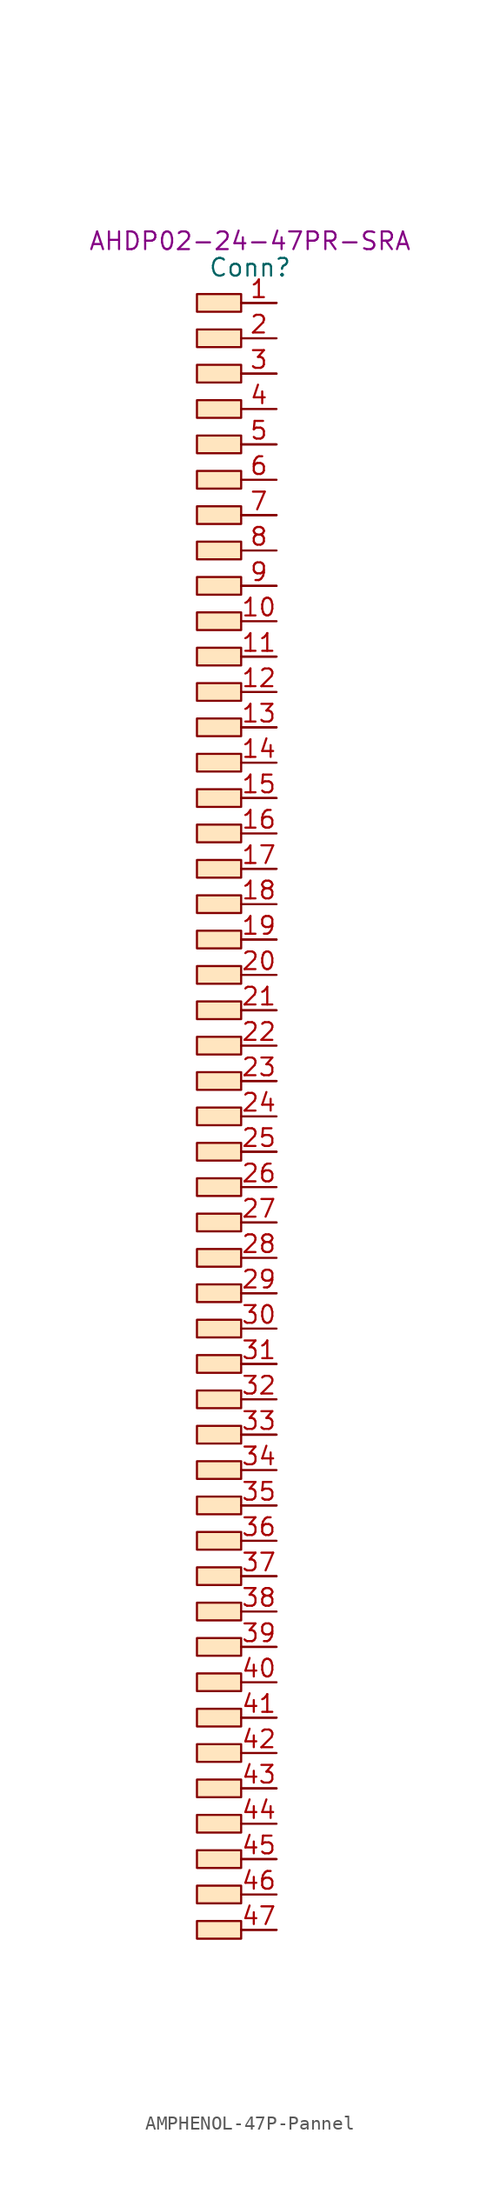
<source format=kicad_sym>
(kicad_symbol_lib
  (version 20220914)
  (generator kicad_symbol_editor)
  (symbol "AMPHENOL-47P-Pannel"
    (property "Reference" "Conn"
      (at 0 -1.905 0)
      (effects (font (size 1.27 1.27))))
    (property "P/N" "AHDP02-24-47PR-SRA"
      (at 0 0 0)
      (effects (font (size 1.27 1.27))))
    (symbol "AMPHENOL-47P-Pannel_0_1"
      (polyline (pts (xy -0.635 -121.285) (xy 1.905 -121.285)) (stroke (width 0) (type default)) (fill (type none)))
      (polyline (pts (xy -0.635 -116.205) (xy 1.905 -116.205)) (stroke (width 0) (type default)) (fill (type none)))
      (polyline (pts (xy -0.635 -111.125) (xy 1.905 -111.125)) (stroke (width 0) (type default)) (fill (type none)))
      (polyline (pts (xy -0.635 -106.045) (xy 1.905 -106.045)) (stroke (width 0) (type default)) (fill (type none)))
      (polyline (pts (xy -0.635 -100.965) (xy 1.905 -100.965)) (stroke (width 0) (type default)) (fill (type none)))
      (polyline (pts (xy -0.635 -95.885) (xy 1.905 -95.885)) (stroke (width 0) (type default)) (fill (type none)))
      (polyline (pts (xy -0.635 -90.805) (xy 1.905 -90.805)) (stroke (width 0) (type default)) (fill (type none)))
      (polyline (pts (xy -0.635 -85.725) (xy 1.905 -85.725)) (stroke (width 0) (type default)) (fill (type none)))
      (polyline (pts (xy -0.635 -80.645) (xy 1.905 -80.645)) (stroke (width 0) (type default)) (fill (type none)))
      (polyline (pts (xy -0.635 -75.565) (xy 1.905 -75.565)) (stroke (width 0) (type default)) (fill (type none)))
      (polyline (pts (xy -0.635 -70.485) (xy 1.905 -70.485)) (stroke (width 0) (type default)) (fill (type none)))
      (polyline (pts (xy -0.635 -65.405) (xy 1.905 -65.405)) (stroke (width 0) (type default)) (fill (type none)))
      (polyline (pts (xy -0.635 -60.325) (xy 1.905 -60.325)) (stroke (width 0) (type default)) (fill (type none)))
      (polyline (pts (xy -0.635 -55.245) (xy 1.905 -55.245)) (stroke (width 0) (type default)) (fill (type none)))
      (polyline (pts (xy -0.635 -50.165) (xy 1.905 -50.165)) (stroke (width 0) (type default)) (fill (type none)))
      (polyline (pts (xy -0.635 -45.085) (xy 1.905 -45.085)) (stroke (width 0) (type default)) (fill (type none)))
      (polyline (pts (xy -0.635 -40.005) (xy 1.905 -40.005)) (stroke (width 0) (type default)) (fill (type none)))
      (polyline (pts (xy -0.635 -34.925) (xy 1.905 -34.925)) (stroke (width 0) (type default)) (fill (type none)))
      (polyline (pts (xy -0.635 -29.845) (xy 1.905 -29.845)) (stroke (width 0) (type default)) (fill (type none)))
      (polyline (pts (xy -0.635 -24.765) (xy 1.905 -24.765)) (stroke (width 0) (type default)) (fill (type none)))
      (polyline (pts (xy -0.635 -19.685) (xy 1.905 -19.685)) (stroke (width 0) (type default)) (fill (type none)))
      (polyline (pts (xy -0.635 -14.605) (xy 1.905 -14.605)) (stroke (width 0) (type default)) (fill (type none)))
      (polyline (pts (xy -0.635 -9.525) (xy 1.905 -9.525)) (stroke (width 0) (type default)) (fill (type none)))
      (polyline (pts (xy -0.635 -4.445) (xy 1.905 -4.445)) (stroke (width 0) (type default)) (fill (type none))))
    (symbol "AMPHENOL-47P-Pannel_1_1"
      (rectangle (start -3.81 -120.65) (end -0.635 -121.92) (stroke (width 0) (type default)) (fill (type color) (color 255 229 191 1)))
      (rectangle (start -3.81 -118.11) (end -0.635 -119.38) (stroke (width 0) (type default)) (fill (type color) (color 255 229 191 1)))
      (rectangle (start -3.81 -115.57) (end -0.635 -116.84) (stroke (width 0) (type default)) (fill (type color) (color 255 229 191 1)))
      (rectangle (start -3.81 -113.03) (end -0.635 -114.3) (stroke (width 0) (type default)) (fill (type color) (color 255 229 191 1)))
      (rectangle (start -3.81 -110.49) (end -0.635 -111.76) (stroke (width 0) (type default)) (fill (type color) (color 255 229 191 1)))
      (rectangle (start -3.81 -107.95) (end -0.635 -109.22) (stroke (width 0) (type default)) (fill (type color) (color 255 229 191 1)))
      (rectangle (start -3.81 -105.41) (end -0.635 -106.68) (stroke (width 0) (type default)) (fill (type color) (color 255 229 191 1)))
      (rectangle (start -3.81 -102.87) (end -0.635 -104.14) (stroke (width 0) (type default)) (fill (type color) (color 255 229 191 1)))
      (rectangle (start -3.81 -100.33) (end -0.635 -101.6) (stroke (width 0) (type default)) (fill (type color) (color 255 229 191 1)))
      (rectangle (start -3.81 -97.79) (end -0.635 -99.06) (stroke (width 0) (type default)) (fill (type color) (color 255 229 191 1)))
      (rectangle (start -3.81 -95.25) (end -0.635 -96.52) (stroke (width 0) (type default)) (fill (type color) (color 255 229 191 1)))
      (rectangle (start -3.81 -92.71) (end -0.635 -93.98) (stroke (width 0) (type default)) (fill (type color) (color 255 229 191 1)))
      (rectangle (start -3.81 -90.17) (end -0.635 -91.44) (stroke (width 0) (type default)) (fill (type color) (color 255 229 191 1)))
      (rectangle (start -3.81 -87.63) (end -0.635 -88.9) (stroke (width 0) (type default)) (fill (type color) (color 255 229 191 1)))
      (rectangle (start -3.81 -85.09) (end -0.635 -86.36) (stroke (width 0) (type default)) (fill (type color) (color 255 229 191 1)))
      (rectangle (start -3.81 -82.55) (end -0.635 -83.82) (stroke (width 0) (type default)) (fill (type color) (color 255 229 191 1)))
      (rectangle (start -3.81 -80.01) (end -0.635 -81.28) (stroke (width 0) (type default)) (fill (type color) (color 255 229 191 1)))
      (rectangle (start -3.81 -77.47) (end -0.635 -78.74) (stroke (width 0) (type default)) (fill (type color) (color 255 229 191 1)))
      (rectangle (start -3.81 -74.93) (end -0.635 -76.2) (stroke (width 0) (type default)) (fill (type color) (color 255 229 191 1)))
      (rectangle (start -3.81 -72.39) (end -0.635 -73.66) (stroke (width 0) (type default)) (fill (type color) (color 255 229 191 1)))
      (rectangle (start -3.81 -69.85) (end -0.635 -71.12) (stroke (width 0) (type default)) (fill (type color) (color 255 229 191 1)))
      (rectangle (start -3.81 -67.31) (end -0.635 -68.58) (stroke (width 0) (type default)) (fill (type color) (color 255 229 191 1)))
      (rectangle (start -3.81 -64.77) (end -0.635 -66.04) (stroke (width 0) (type default)) (fill (type color) (color 255 229 191 1)))
      (rectangle (start -3.81 -62.23) (end -0.635 -63.5) (stroke (width 0) (type default)) (fill (type color) (color 255 229 191 1)))
      (rectangle (start -3.81 -59.69) (end -0.635 -60.96) (stroke (width 0) (type default)) (fill (type color) (color 255 229 191 1)))
      (rectangle (start -3.81 -57.15) (end -0.635 -58.42) (stroke (width 0) (type default)) (fill (type color) (color 255 229 191 1)))
      (rectangle (start -3.81 -54.61) (end -0.635 -55.88) (stroke (width 0) (type default)) (fill (type color) (color 255 229 191 1)))
      (rectangle (start -3.81 -52.07) (end -0.635 -53.34) (stroke (width 0) (type default)) (fill (type color) (color 255 229 191 1)))
      (rectangle (start -3.81 -49.53) (end -0.635 -50.8) (stroke (width 0) (type default)) (fill (type color) (color 255 229 191 1)))
      (rectangle (start -3.81 -46.99) (end -0.635 -48.26) (stroke (width 0) (type default)) (fill (type color) (color 255 229 191 1)))
      (rectangle (start -3.81 -44.45) (end -0.635 -45.72) (stroke (width 0) (type default)) (fill (type color) (color 255 229 191 1)))
      (rectangle (start -3.81 -41.91) (end -0.635 -43.18) (stroke (width 0) (type default)) (fill (type color) (color 255 229 191 1)))
      (rectangle (start -3.81 -39.37) (end -0.635 -40.64) (stroke (width 0) (type default)) (fill (type color) (color 255 229 191 1)))
      (rectangle (start -3.81 -36.83) (end -0.635 -38.1) (stroke (width 0) (type default)) (fill (type color) (color 255 229 191 1)))
      (rectangle (start -3.81 -34.29) (end -0.635 -35.56) (stroke (width 0) (type default)) (fill (type color) (color 255 229 191 1)))
      (rectangle (start -3.81 -31.75) (end -0.635 -33.02) (stroke (width 0) (type default)) (fill (type color) (color 255 229 191 1)))
      (rectangle (start -3.81 -29.21) (end -0.635 -30.48) (stroke (width 0) (type default)) (fill (type color) (color 255 229 191 1)))
      (rectangle (start -3.81 -26.67) (end -0.635 -27.94) (stroke (width 0) (type default)) (fill (type color) (color 255 229 191 1)))
      (rectangle (start -3.81 -24.13) (end -0.635 -25.4) (stroke (width 0) (type default)) (fill (type color) (color 255 229 191 1)))
      (rectangle (start -3.81 -21.59) (end -0.635 -22.86) (stroke (width 0) (type default)) (fill (type color) (color 255 229 191 1)))
      (rectangle (start -3.81 -19.05) (end -0.635 -20.32) (stroke (width 0) (type default)) (fill (type color) (color 255 229 191 1)))
      (rectangle (start -3.81 -16.51) (end -0.635 -17.78) (stroke (width 0) (type default)) (fill (type color) (color 255 229 191 1)))
      (rectangle (start -3.81 -13.97) (end -0.635 -15.24) (stroke (width 0) (type default)) (fill (type color) (color 255 229 191 1)))
      (rectangle (start -3.81 -11.43) (end -0.635 -12.7) (stroke (width 0) (type default)) (fill (type color) (color 255 229 191 1)))
      (rectangle (start -3.81 -8.89) (end -0.635 -10.16) (stroke (width 0) (type default)) (fill (type color) (color 255 229 191 1)))
      (rectangle (start -3.81 -6.35) (end -0.635 -7.62) (stroke (width 0) (type default)) (fill (type color) (color 255 229 191 1)))
      (rectangle (start -3.81 -3.81) (end -0.635 -5.08) (stroke (width 0) (type default)) (fill (type color) (color 255 229 191 1)))
      (pin input line (at 1.905 -4.445 180) (length 2.54) (name "" (effects (font (size 1.27 1.27)))) (number "1" (effects (font (size 1.27 1.27)))))
      (pin input line (at 1.905 -27.305 180) (length 2.54) (name "" (effects (font (size 1.27 1.27)))) (number "10" (effects (font (size 1.27 1.27)))))
      (pin input line (at 1.905 -29.845 180) (length 2.54) (name "" (effects (font (size 1.27 1.27)))) (number "11" (effects (font (size 1.27 1.27)))))
      (pin input line (at 1.905 -32.385 180) (length 2.54) (name "" (effects (font (size 1.27 1.27)))) (number "12" (effects (font (size 1.27 1.27)))))
      (pin input line (at 1.905 -34.925 180) (length 2.54) (name "" (effects (font (size 1.27 1.27)))) (number "13" (effects (font (size 1.27 1.27)))))
      (pin input line (at 1.905 -37.465 180) (length 2.54) (name "" (effects (font (size 1.27 1.27)))) (number "14" (effects (font (size 1.27 1.27)))))
      (pin input line (at 1.905 -40.005 180) (length 2.54) (name "" (effects (font (size 1.27 1.27)))) (number "15" (effects (font (size 1.27 1.27)))))
      (pin input line (at 1.905 -42.545 180) (length 2.54) (name "" (effects (font (size 1.27 1.27)))) (number "16" (effects (font (size 1.27 1.27)))))
      (pin input line (at 1.905 -45.085 180) (length 2.54) (name "" (effects (font (size 1.27 1.27)))) (number "17" (effects (font (size 1.27 1.27)))))
      (pin input line (at 1.905 -47.625 180) (length 2.54) (name "" (effects (font (size 1.27 1.27)))) (number "18" (effects (font (size 1.27 1.27)))))
      (pin input line (at 1.905 -50.165 180) (length 2.54) (name "" (effects (font (size 1.27 1.27)))) (number "19" (effects (font (size 1.27 1.27)))))
      (pin input line (at 1.905 -6.985 180) (length 2.54) (name "" (effects (font (size 1.27 1.27)))) (number "2" (effects (font (size 1.27 1.27)))))
      (pin input line (at 1.905 -52.705 180) (length 2.54) (name "" (effects (font (size 1.27 1.27)))) (number "20" (effects (font (size 1.27 1.27)))))
      (pin input line (at 1.905 -55.245 180) (length 2.54) (name "" (effects (font (size 1.27 1.27)))) (number "21" (effects (font (size 1.27 1.27)))))
      (pin input line (at 1.905 -57.785 180) (length 2.54) (name "" (effects (font (size 1.27 1.27)))) (number "22" (effects (font (size 1.27 1.27)))))
      (pin input line (at 1.905 -60.325 180) (length 2.54) (name "" (effects (font (size 1.27 1.27)))) (number "23" (effects (font (size 1.27 1.27)))))
      (pin input line (at 1.905 -62.865 180) (length 2.54) (name "" (effects (font (size 1.27 1.27)))) (number "24" (effects (font (size 1.27 1.27)))))
      (pin input line (at 1.905 -65.405 180) (length 2.54) (name "" (effects (font (size 1.27 1.27)))) (number "25" (effects (font (size 1.27 1.27)))))
      (pin input line (at 1.905 -67.945 180) (length 2.54) (name "" (effects (font (size 1.27 1.27)))) (number "26" (effects (font (size 1.27 1.27)))))
      (pin input line (at 1.905 -70.485 180) (length 2.54) (name "" (effects (font (size 1.27 1.27)))) (number "27" (effects (font (size 1.27 1.27)))))
      (pin input line (at 1.905 -73.025 180) (length 2.54) (name "" (effects (font (size 1.27 1.27)))) (number "28" (effects (font (size 1.27 1.27)))))
      (pin input line (at 1.905 -75.565 180) (length 2.54) (name "" (effects (font (size 1.27 1.27)))) (number "29" (effects (font (size 1.27 1.27)))))
      (pin input line (at 1.905 -9.525 180) (length 2.54) (name "" (effects (font (size 1.27 1.27)))) (number "3" (effects (font (size 1.27 1.27)))))
      (pin input line (at 1.905 -78.105 180) (length 2.54) (name "" (effects (font (size 1.27 1.27)))) (number "30" (effects (font (size 1.27 1.27)))))
      (pin input line (at 1.905 -80.645 180) (length 2.54) (name "" (effects (font (size 1.27 1.27)))) (number "31" (effects (font (size 1.27 1.27)))))
      (pin input line (at 1.905 -83.185 180) (length 2.54) (name "" (effects (font (size 1.27 1.27)))) (number "32" (effects (font (size 1.27 1.27)))))
      (pin input line (at 1.905 -85.725 180) (length 2.54) (name "" (effects (font (size 1.27 1.27)))) (number "33" (effects (font (size 1.27 1.27)))))
      (pin input line (at 1.905 -88.265 180) (length 2.54) (name "" (effects (font (size 1.27 1.27)))) (number "34" (effects (font (size 1.27 1.27)))))
      (pin input line (at 1.905 -90.805 180) (length 2.54) (name "" (effects (font (size 1.27 1.27)))) (number "35" (effects (font (size 1.27 1.27)))))
      (pin input line (at 1.905 -93.345 180) (length 2.54) (name "" (effects (font (size 1.27 1.27)))) (number "36" (effects (font (size 1.27 1.27)))))
      (pin input line (at 1.905 -95.885 180) (length 2.54) (name "" (effects (font (size 1.27 1.27)))) (number "37" (effects (font (size 1.27 1.27)))))
      (pin input line (at 1.905 -98.425 180) (length 2.54) (name "" (effects (font (size 1.27 1.27)))) (number "38" (effects (font (size 1.27 1.27)))))
      (pin input line (at 1.905 -100.965 180) (length 2.54) (name "" (effects (font (size 1.27 1.27)))) (number "39" (effects (font (size 1.27 1.27)))))
      (pin input line (at 1.905 -12.065 180) (length 2.54) (name "" (effects (font (size 1.27 1.27)))) (number "4" (effects (font (size 1.27 1.27)))))
      (pin input line (at 1.905 -103.505 180) (length 2.54) (name "" (effects (font (size 1.27 1.27)))) (number "40" (effects (font (size 1.27 1.27)))))
      (pin input line (at 1.905 -106.045 180) (length 2.54) (name "" (effects (font (size 1.27 1.27)))) (number "41" (effects (font (size 1.27 1.27)))))
      (pin input line (at 1.905 -108.585 180) (length 2.54) (name "" (effects (font (size 1.27 1.27)))) (number "42" (effects (font (size 1.27 1.27)))))
      (pin input line (at 1.905 -111.125 180) (length 2.54) (name "" (effects (font (size 1.27 1.27)))) (number "43" (effects (font (size 1.27 1.27)))))
      (pin input line (at 1.905 -113.665 180) (length 2.54) (name "" (effects (font (size 1.27 1.27)))) (number "44" (effects (font (size 1.27 1.27)))))
      (pin input line (at 1.905 -116.205 180) (length 2.54) (name "" (effects (font (size 1.27 1.27)))) (number "45" (effects (font (size 1.27 1.27)))))
      (pin input line (at 1.905 -118.745 180) (length 2.54) (name "" (effects (font (size 1.27 1.27)))) (number "46" (effects (font (size 1.27 1.27)))))
      (pin input line (at 1.905 -121.285 180) (length 2.54) (name "" (effects (font (size 1.27 1.27)))) (number "47" (effects (font (size 1.27 1.27)))))
      (pin input line (at 1.905 -14.605 180) (length 2.54) (name "" (effects (font (size 1.27 1.27)))) (number "5" (effects (font (size 1.27 1.27)))))
      (pin input line (at 1.905 -17.145 180) (length 2.54) (name "" (effects (font (size 1.27 1.27)))) (number "6" (effects (font (size 1.27 1.27)))))
      (pin input line (at 1.905 -19.685 180) (length 2.54) (name "" (effects (font (size 1.27 1.27)))) (number "7" (effects (font (size 1.27 1.27)))))
      (pin input line (at 1.905 -22.225 180) (length 2.54) (name "" (effects (font (size 1.27 1.27)))) (number "8" (effects (font (size 1.27 1.27)))))
      (pin input line (at 1.905 -24.765 180) (length 2.54) (name "" (effects (font (size 1.27 1.27)))) (number "9" (effects (font (size 1.27 1.27))))))))
</source>
